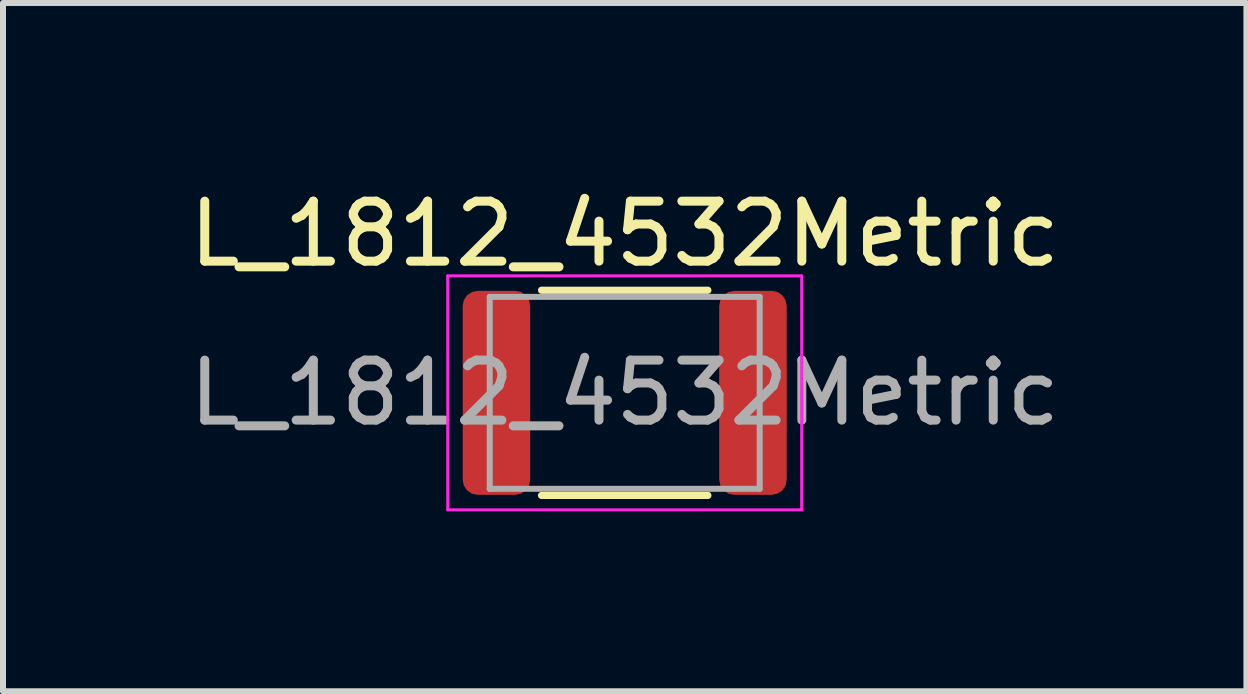
<source format=kicad_pcb>
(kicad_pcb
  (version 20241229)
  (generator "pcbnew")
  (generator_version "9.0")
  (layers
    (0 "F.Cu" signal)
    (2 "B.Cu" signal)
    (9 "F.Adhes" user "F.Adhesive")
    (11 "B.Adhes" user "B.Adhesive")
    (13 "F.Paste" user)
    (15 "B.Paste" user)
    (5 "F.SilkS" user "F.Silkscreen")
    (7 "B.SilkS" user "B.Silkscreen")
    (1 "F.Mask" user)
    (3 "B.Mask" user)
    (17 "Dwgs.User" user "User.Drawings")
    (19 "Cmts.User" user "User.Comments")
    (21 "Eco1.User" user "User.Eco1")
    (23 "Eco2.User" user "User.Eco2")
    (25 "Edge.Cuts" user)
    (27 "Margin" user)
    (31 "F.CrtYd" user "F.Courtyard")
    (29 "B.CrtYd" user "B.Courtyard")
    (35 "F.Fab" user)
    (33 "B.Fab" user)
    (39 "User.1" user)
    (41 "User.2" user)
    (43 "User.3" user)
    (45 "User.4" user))
  (footprint "L_1812_4532Metric"
    (layer "F.Cu")
    (at 7.363 3.498)
    (property "Reference" "L_1812_4532Metric" (at 0 -2.65 0) (layer "F.SilkS") (effects (font (size 1 1) (thickness 0.15))))
    (attr smd)
    (fp_line (start -1.386 -1.71) (end 1.386 -1.71) (stroke (width 0.12) (type solid)) (layer "F.SilkS"))
    (fp_line (start -1.386 1.71) (end 1.386 1.71) (stroke (width 0.12) (type solid)) (layer "F.SilkS"))
    (fp_line (start -2.95 -1.95) (end 2.95 -1.95) (stroke (width 0.05) (type solid)) (layer "F.CrtYd"))
    (fp_line (start -2.95 1.95) (end -2.95 -1.95) (stroke (width 0.05) (type solid)) (layer "F.CrtYd"))
    (fp_line (start 2.95 -1.95) (end 2.95 1.95) (stroke (width 0.05) (type solid)) (layer "F.CrtYd"))
    (fp_line (start 2.95 1.95) (end -2.95 1.95) (stroke (width 0.05) (type solid)) (layer "F.CrtYd"))
    (fp_line (start -2.25 -1.6) (end 2.25 -1.6) (stroke (width 0.1) (type solid)) (layer "F.Fab"))
    (fp_line (start -2.25 1.6) (end -2.25 -1.6) (stroke (width 0.1) (type solid)) (layer "F.Fab"))
    (fp_line (start 2.25 -1.6) (end 2.25 1.6) (stroke (width 0.1) (type solid)) (layer "F.Fab"))
    (fp_line (start 2.25 1.6) (end -2.25 1.6) (stroke (width 0.1) (type solid)) (layer "F.Fab"))
    (fp_text user "${REFERENCE}" (at 0 0 0) (layer "F.Fab") (effects (font (size 1 1) (thickness 0.15))))
    (pad "1" smd roundrect (at -2.138 0) (size 1.125 3.4) (layers "F.Cu" "F.Mask" "F.Paste") (roundrect_rratio 0.222))
    (pad "2" smd roundrect (at 2.138 0) (size 1.125 3.4) (layers "F.Cu" "F.Mask" "F.Paste") (roundrect_rratio 0.222)))
  (gr_rect
    (start -3 -3)
    (end 17.726 8.473)
    (stroke (width 0.1) (type default))
    (fill no)
    (layer "Edge.Cuts")))
</source>
